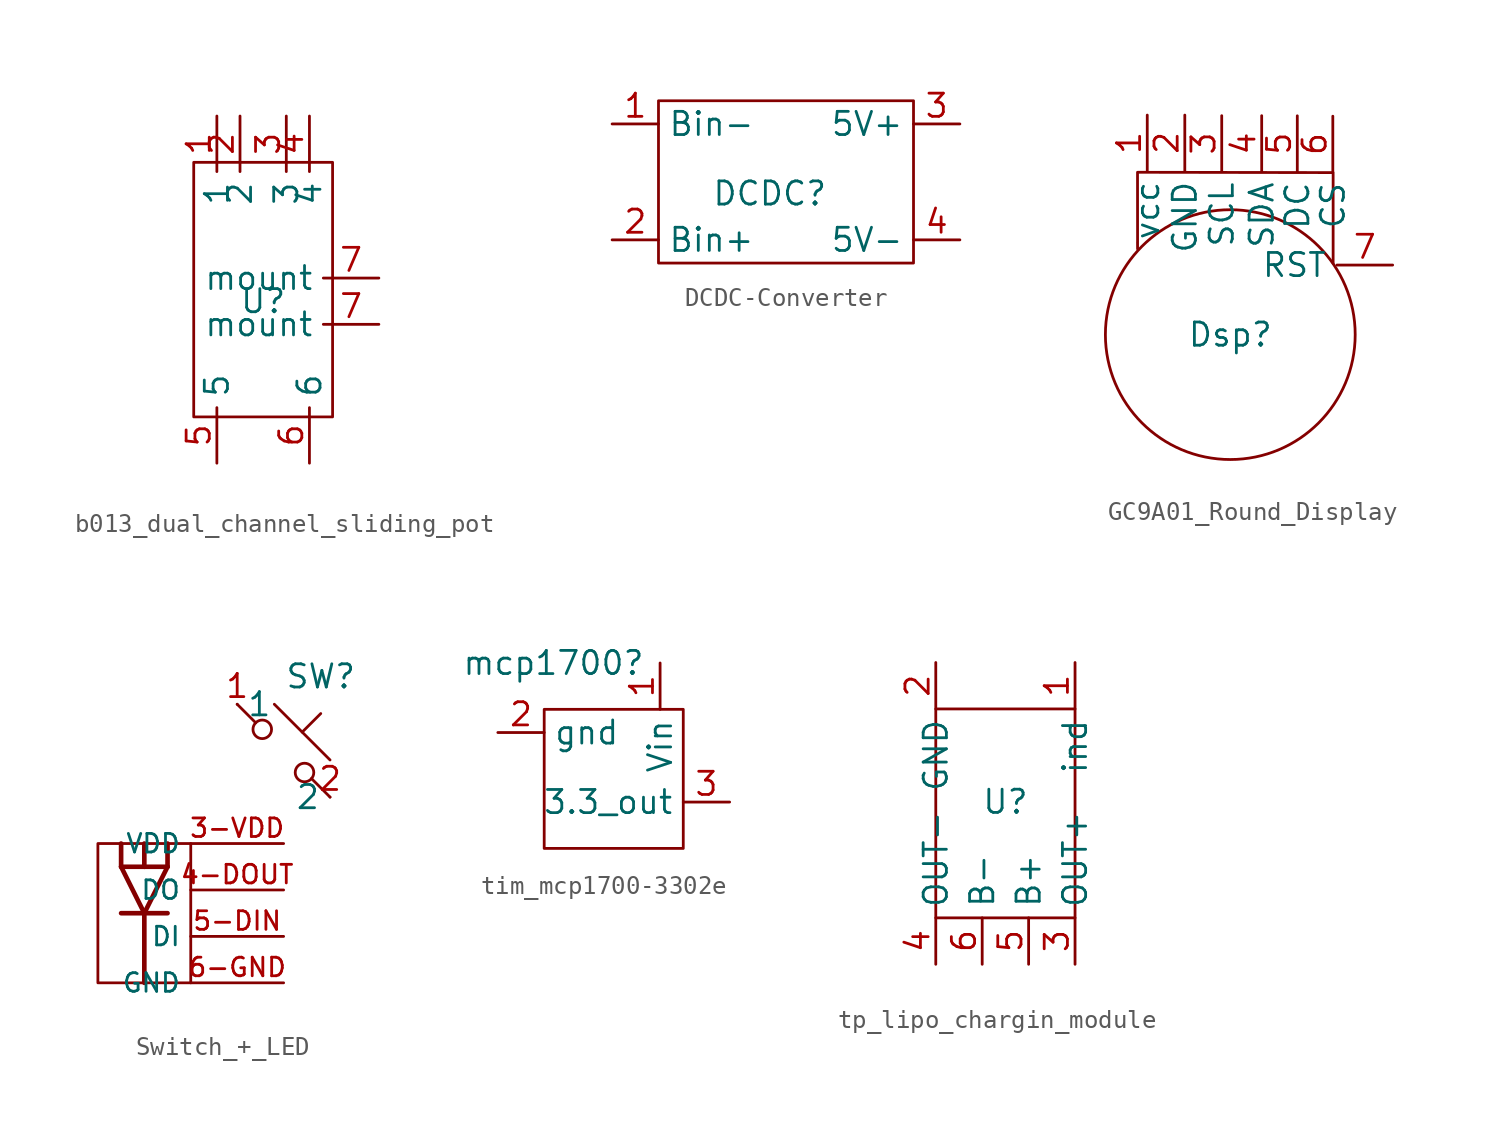
<source format=kicad_sym>
(kicad_symbol_lib
  (version 20231120)
  (generator "kicad_symbol_editor")
  (generator_version "8.0")
  (symbol "b013_dual_channel_sliding_pot"
    (property "Reference" "U"
      (at 0 0 0)
      (effects (font (size 1.27 1.27))))
    (property "Value" ""
      (at 0 0 0)
      (effects (font (size 1.27 1.27))))
    (symbol "b013_dual_channel_sliding_pot_0_1"
      (rectangle (start -3.81 7.62) (end 3.81 -6.35) (stroke (width 0) (type default)) (fill (type none))))
    (symbol "b013_dual_channel_sliding_pot_1_1"
      (pin passive line (at -2.54 10.16 270) (length 3.048) (name "1" (effects (font (size 1.27 1.27)))) (number "1" (effects (font (size 1.27 1.27)))))
      (pin passive line (at -1.27 10.16 270) (length 3.048) (name "2" (effects (font (size 1.27 1.27)))) (number "2" (effects (font (size 1.27 1.27)))))
      (pin passive line (at 1.27 10.16 270) (length 3.048) (name "3" (effects (font (size 1.27 1.27)))) (number "3" (effects (font (size 1.27 1.27)))))
      (pin passive line (at 2.54 10.16 270) (length 3.048) (name "4" (effects (font (size 1.27 1.27)))) (number "4" (effects (font (size 1.27 1.27)))))
      (pin passive line (at -2.54 -8.89 90) (length 3.048) (name "5" (effects (font (size 1.27 1.27)))) (number "5" (effects (font (size 1.27 1.27)))))
      (pin passive line (at 2.54 -8.89 90) (length 3.048) (name "6" (effects (font (size 1.27 1.27)))) (number "6" (effects (font (size 1.27 1.27)))))
      (pin passive line (at 6.35 -1.27 180) (length 3.048) (name "mount" (effects (font (size 1.27 1.27)))) (number "7" (effects (font (size 1.27 1.27)))))
      (pin passive line (at 6.35 1.27 180) (length 3.048) (name "mount" (effects (font (size 1.27 1.27)))) (number "7" (effects (font (size 1.27 1.27)))))))
  (symbol "DCDC-Converter"
    (property "Reference" "DCDC"
      (at 1.016 0 0)
      (effects (font (size 1.27 1.27))))
    (property "Value" ""
      (at 0 0 0)
      (effects (font (size 1.27 1.27))))
    (symbol "DCDC-Converter_0_1"
      (rectangle (start -5.08 5.08) (end 8.89 -3.81) (stroke (width 0) (type default)) (fill (type none))))
    (symbol "DCDC-Converter_1_1"
      (pin input line (at -7.62 3.81 0) (length 2.54) (name "Bin-" (effects (font (size 1.27 1.27)))) (number "1" (effects (font (size 1.27 1.27)))))
      (pin input line (at -7.62 -2.54 0) (length 2.54) (name "Bin+" (effects (font (size 1.27 1.27)))) (number "2" (effects (font (size 1.27 1.27)))))
      (pin input line (at 11.43 3.81 180) (length 2.54) (name "5V+" (effects (font (size 1.27 1.27)))) (number "3" (effects (font (size 1.27 1.27)))))
      (pin input line (at 11.43 -2.54 180) (length 2.54) (name "5V-" (effects (font (size 1.27 1.27)))) (number "4" (effects (font (size 1.27 1.27)))))))
  (symbol "GC9A01_Round_Display"
    (property "Reference" "Dsp"
      (at 0 0 0)
      (effects (font (size 1.27 1.27))))
    (property "Value" ""
      (at 0 0 0)
      (effects (font (size 1.27 1.27))))
    (symbol "GC9A01_Round_Display_0_1"
      (polyline (pts (xy 5.631 3.899) (xy 5.631 8.872) (xy -5.08 8.89) (xy -5.077 4.695) (xy -5.08 5.08)) (stroke (width 0) (type default)) (fill (type none)))
      (circle (center 0 0) (radius 6.839) (stroke (width 0) (type default)) (fill (type none))))
    (symbol "GC9A01_Round_Display_1_1"
      (pin power_in line (at -4.547 12.021 270) (length 3.048) (name "vcc" (effects (font (size 1.27 1.27)))) (number "1" (effects (font (size 1.27 1.27)))))
      (pin passive line (at -2.491 12.021 270) (length 3.048) (name "GND" (effects (font (size 1.27 1.27)))) (number "2" (effects (font (size 1.27 1.27)))))
      (pin input line (at -0.469 11.988 270) (length 3.048) (name "SCL" (effects (font (size 1.27 1.27)))) (number "3" (effects (font (size 1.27 1.27)))))
      (pin input line (at 1.719 11.988 270) (length 3.048) (name "SDA" (effects (font (size 1.27 1.27)))) (number "4" (effects (font (size 1.27 1.27)))))
      (pin input line (at 3.669 11.982 270) (length 3.048) (name "DC" (effects (font (size 1.27 1.27)))) (number "5" (effects (font (size 1.27 1.27)))))
      (pin input line (at 5.614 11.96 270) (length 3.048) (name "CS" (effects (font (size 1.27 1.27)))) (number "6" (effects (font (size 1.27 1.27)))))
      (pin input line (at 8.89 3.81 180) (length 3.048) (name "RST" (effects (font (size 1.27 1.27)))) (number "7" (effects (font (size 1.27 1.27)))))))
  (symbol "Switch_+_LED"
    (property "Reference" "SW"
      (at 2.032 4.064 0)
      (effects (font (size 1.27 1.27))))
    (property "Value" ""
      (at 0 3.81 0)
      (effects (font (size 1.27 1.27))))
    (symbol "Switch_+_LED_0_0"
      (polyline (pts (xy -8.89 -6.35) (xy -8.89 -5.08)) (stroke (width 0.254) (type default)) (fill (type none)))
      (polyline (pts (xy -8.89 -6.35) (xy -7.62 -8.89)) (stroke (width 0.254) (type default)) (fill (type none)))
      (polyline (pts (xy -8.89 -6.35) (xy -7.62 -6.35)) (stroke (width 0.254) (type default)) (fill (type none)))
      (polyline (pts (xy -7.62 -8.89) (xy -8.89 -8.89)) (stroke (width 0.254) (type default)) (fill (type none)))
      (polyline (pts (xy -7.62 -8.89) (xy -7.62 -12.7)) (stroke (width 0.254) (type default)) (fill (type none)))
      (polyline (pts (xy -7.62 -8.89) (xy -6.35 -8.89)) (stroke (width 0.254) (type default)) (fill (type none)))
      (polyline (pts (xy -7.62 -8.89) (xy -6.35 -6.35)) (stroke (width 0.254) (type default)) (fill (type none)))
      (polyline (pts (xy -7.62 -6.35) (xy -7.62 -5.08)) (stroke (width 0.254) (type default)) (fill (type none)))
      (polyline (pts (xy -6.35 -6.35) (xy -7.62 -6.35)) (stroke (width 0.254) (type default)) (fill (type none)))
      (polyline (pts (xy -6.35 -6.35) (xy -6.35 -5.08)) (stroke (width 0.254) (type default)) (fill (type none))))
    (symbol "Switch_+_LED_0_1"
      (rectangle (start -10.16 -5.08) (end -5.08 -12.7) (stroke (width 0) (type default)) (fill (type none)))
      (circle (center -1.168 1.168) (radius 0.508) (stroke (width 0) (type default)) (fill (type none)))
      (polyline (pts (xy -0.508 2.54) (xy 2.54 -0.508)) (stroke (width 0) (type default)) (fill (type none)))
      (polyline (pts (xy 1.016 1.016) (xy 2.032 2.032)) (stroke (width 0) (type default)) (fill (type none)))
      (polyline (pts (xy -2.54 2.54) (xy -1.524 1.524) (xy -1.524 1.524)) (stroke (width 0) (type default)) (fill (type none)))
      (polyline (pts (xy 1.524 -1.524) (xy 2.54 -2.54) (xy 2.54 -2.54) (xy 2.54 -2.54)) (stroke (width 0) (type default)) (fill (type none)))
      (circle (center 1.143 -1.194) (radius 0.508) (stroke (width 0) (type default)) (fill (type none)))
      (pin passive line (at -2.54 2.54 0) (length 0) (name "1" (effects (font (size 1.27 1.27)))) (number "1" (effects (font (size 1.27 1.27)))))
      (pin passive line (at 2.54 -2.54 180) (length 0) (name "2" (effects (font (size 1.27 1.27)))) (number "2" (effects (font (size 1.27 1.27))))))
    (symbol "Switch_+_LED_1_0"
      (pin power_in line (at 0 -5.08 180) (length 5.08) (name "VDD" (effects (font (size 1.016 1.016)))) (number "3-VDD" (effects (font (size 1.016 1.016)))))
      (pin output line (at 0 -7.62 180) (length 5.08) (name "DO" (effects (font (size 1.016 1.016)))) (number "4-DOUT" (effects (font (size 1.016 1.016)))))
      (pin input line (at 0 -10.16 180) (length 5.08) (name "DI" (effects (font (size 1.016 1.016)))) (number "5-DIN" (effects (font (size 1.016 1.016)))))
      (pin power_in line (at 0 -12.7 180) (length 5.08) (name "GND" (effects (font (size 1.016 1.016)))) (number "6-GND" (effects (font (size 1.016 1.016)))))))
  (symbol "tim_mcp1700-3302e"
    (property "Reference" "mcp1700"
      (at -3.302 6.35 0)
      (effects (font (size 1.27 1.27))))
    (property "Value" ""
      (at 0 0 0)
      (effects (font (size 1.27 1.27))))
    (symbol "tim_mcp1700-3302e_0_1"
      (rectangle (start -3.81 3.81) (end 3.81 -3.81) (stroke (width 0) (type default)) (fill (type none))))
    (symbol "tim_mcp1700-3302e_1_1"
      (pin input line (at 2.54 6.35 270) (length 2.54) (name "Vin" (effects (font (size 1.27 1.27)))) (number "1" (effects (font (size 1.27 1.27)))))
      (pin input line (at -6.35 2.54 0) (length 2.54) (name "gnd" (effects (font (size 1.27 1.27)))) (number "2" (effects (font (size 1.27 1.27)))))
      (pin input line (at 6.35 -1.27 180) (length 2.54) (name "3.3_out" (effects (font (size 1.27 1.27)))) (number "3" (effects (font (size 1.27 1.27)))))))
  (symbol "tp_lipo_chargin_module"
    (property "Reference" "U"
      (at 0 0 0)
      (effects (font (size 1.27 1.27))))
    (property "Value" ""
      (at 0 0 0)
      (effects (font (size 1.27 1.27))))
    (symbol "tp_lipo_chargin_module_0_1"
      (rectangle (start -3.81 5.08) (end 3.81 -6.35) (stroke (width 0) (type default)) (fill (type none))))
    (symbol "tp_lipo_chargin_module_1_1"
      (pin output line (at 3.81 7.62 270) (length 2.54) (name "ind" (effects (font (size 1.27 1.27)))) (number "1" (effects (font (size 1.27 1.27)))))
      (pin output line (at -3.81 7.62 270) (length 2.54) (name "GND" (effects (font (size 1.27 1.27)))) (number "2" (effects (font (size 1.27 1.27)))))
      (pin output line (at 3.81 -8.89 90) (length 2.54) (name "OUT+" (effects (font (size 1.27 1.27)))) (number "3" (effects (font (size 1.27 1.27)))))
      (pin output line (at -3.81 -8.89 90) (length 2.54) (name "OUT-" (effects (font (size 1.27 1.27)))) (number "4" (effects (font (size 1.27 1.27)))))
      (pin output line (at 1.27 -8.89 90) (length 2.54) (name "B+" (effects (font (size 1.27 1.27)))) (number "5" (effects (font (size 1.27 1.27)))))
      (pin output line (at -1.27 -8.89 90) (length 2.54) (name "B-" (effects (font (size 1.27 1.27)))) (number "6" (effects (font (size 1.27 1.27))))))))
</source>
